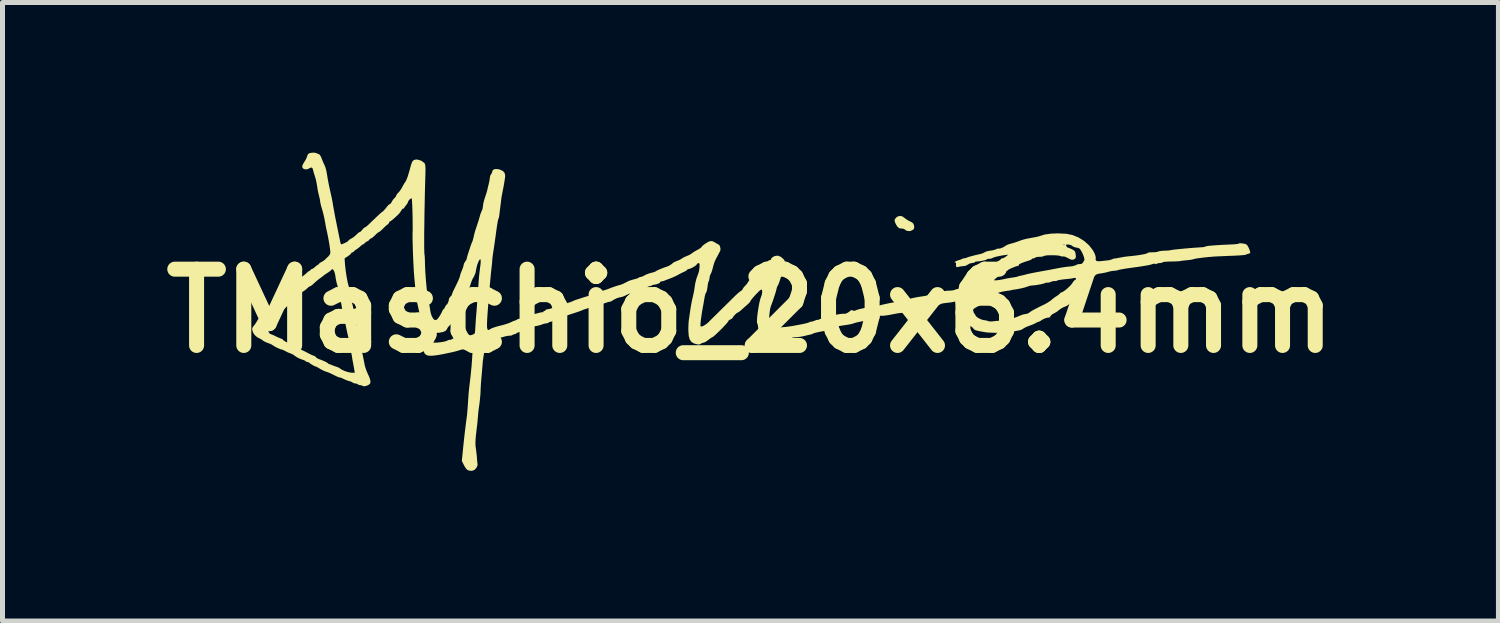
<source format=kicad_pcb>
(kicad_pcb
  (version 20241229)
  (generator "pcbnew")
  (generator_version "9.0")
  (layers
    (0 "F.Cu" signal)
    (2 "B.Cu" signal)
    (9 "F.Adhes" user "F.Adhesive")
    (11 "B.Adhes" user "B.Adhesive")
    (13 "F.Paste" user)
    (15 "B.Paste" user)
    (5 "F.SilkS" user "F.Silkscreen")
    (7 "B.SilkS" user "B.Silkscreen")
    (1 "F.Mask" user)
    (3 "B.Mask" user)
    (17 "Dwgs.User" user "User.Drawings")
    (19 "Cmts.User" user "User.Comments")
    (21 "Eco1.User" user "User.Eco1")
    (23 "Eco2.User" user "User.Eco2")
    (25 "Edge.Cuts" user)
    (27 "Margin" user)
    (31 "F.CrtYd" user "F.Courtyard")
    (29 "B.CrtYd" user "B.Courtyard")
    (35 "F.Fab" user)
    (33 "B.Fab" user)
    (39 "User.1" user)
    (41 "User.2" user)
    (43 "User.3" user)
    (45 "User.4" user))
  (footprint "TMaschio_20x6.4mm"
    (layer "F.Cu")
    (at 11.945 3.163)
    (property "Reference" "TMaschio_20x6.4mm" (at 0 0 0) (layer "F.SilkS") (effects (font (size 1.524 1.524) (thickness 0.3))))
    (attr board_only exclude_from_pos_files exclude_from_bom)
    (fp_poly (pts (xy 3.028 -1.893) (xy 3.072 -1.864) (xy 3.106 -1.837) (xy 3.155 -1.806) (xy 3.183 -1.792) (xy 3.229 -1.768) (xy 3.255 -1.744) (xy 3.267 -1.713) (xy 3.27 -1.702) (xy 3.273 -1.661) (xy 3.26 -1.633) (xy 3.245 -1.62) (xy 3.192 -1.595) (xy 3.132 -1.599) (xy 3.121 -1.603) (xy 3.09 -1.622) (xy 3.079 -1.631) (xy 3.05 -1.644) (xy 3.018 -1.646) (xy 2.974 -1.652) (xy 2.936 -1.684) (xy 2.9 -1.744) (xy 2.898 -1.749) (xy 2.882 -1.793) (xy 2.883 -1.824) (xy 2.888 -1.837) (xy 2.926 -1.879) (xy 2.975 -1.898)) (stroke (width 0) (type solid)) (fill yes) (layer "F.SilkS"))
    (fp_poly (pts (xy -8.68 -3.156) (xy -8.676 -3.154) (xy -8.639 -3.138) (xy -8.62 -3.132) (xy -8.601 -3.114) (xy -8.58 -3.076) (xy -8.569 -3.049) (xy -8.546 -2.99) (xy -8.52 -2.932) (xy -8.511 -2.915) (xy -8.492 -2.867) (xy -8.475 -2.803) (xy -8.465 -2.752) (xy -8.447 -2.641) (xy -8.421 -2.505) (xy -8.387 -2.351) (xy -8.381 -2.325) (xy -8.366 -2.257) (xy -8.351 -2.179) (xy -8.343 -2.128) (xy -8.334 -2.075) (xy -8.32 -2) (xy -8.304 -1.912) (xy -8.286 -1.82) (xy -8.279 -1.788) (xy -8.261 -1.696) (xy -8.242 -1.605) (xy -8.226 -1.524) (xy -8.213 -1.462) (xy -8.21 -1.446) (xy -8.199 -1.392) (xy -8.189 -1.352) (xy -8.182 -1.332) (xy -8.182 -1.332) (xy -8.164 -1.333) (xy -8.131 -1.346) (xy -8.091 -1.364) (xy -8.056 -1.384) (xy -8.036 -1.4) (xy -8.034 -1.404) (xy -8.021 -1.419) (xy -7.99 -1.439) (xy -7.978 -1.445) (xy -7.931 -1.474) (xy -7.884 -1.513) (xy -7.874 -1.524) (xy -7.841 -1.555) (xy -7.815 -1.574) (xy -7.807 -1.576) (xy -7.787 -1.587) (xy -7.761 -1.616) (xy -7.756 -1.622) (xy -7.73 -1.653) (xy -7.708 -1.668) (xy -7.706 -1.669) (xy -7.686 -1.679) (xy -7.653 -1.705) (xy -7.626 -1.73) (xy -7.568 -1.787) (xy -7.509 -1.842) (xy -7.455 -1.894) (xy -7.41 -1.936) (xy -7.377 -1.965) (xy -7.362 -1.977) (xy -7.361 -1.978) (xy -7.345 -1.988) (xy -7.318 -2.015) (xy -7.288 -2.05) (xy -7.261 -2.085) (xy -7.257 -2.09) (xy -7.232 -2.119) (xy -7.21 -2.132) (xy -7.209 -2.132) (xy -7.189 -2.145) (xy -7.17 -2.176) (xy -7.17 -2.177) (xy -7.144 -2.22) (xy -7.114 -2.254) (xy -7.087 -2.283) (xy -7.076 -2.308) (xy -7.076 -2.309) (xy -7.065 -2.333) (xy -7.039 -2.36) (xy -7.012 -2.389) (xy -6.98 -2.436) (xy -6.959 -2.473) (xy -6.934 -2.519) (xy -6.915 -2.552) (xy -6.905 -2.565) (xy -6.893 -2.583) (xy -6.875 -2.618) (xy -6.871 -2.627) (xy -6.859 -2.657) (xy -6.846 -2.693) (xy -6.831 -2.742) (xy -6.812 -2.808) (xy -6.788 -2.897) (xy -6.78 -2.925) (xy -6.757 -2.984) (xy -6.725 -3.016) (xy -6.679 -3.026) (xy -6.653 -3.024) (xy -6.579 -3.003) (xy -6.521 -2.961) (xy -6.516 -2.955) (xy -6.506 -2.94) (xy -6.499 -2.919) (xy -6.495 -2.887) (xy -6.493 -2.838) (xy -6.494 -2.768) (xy -6.496 -2.695) (xy -6.501 -2.517) (xy -6.506 -2.339) (xy -6.509 -2.162) (xy -6.513 -1.991) (xy -6.515 -1.828) (xy -6.517 -1.675) (xy -6.519 -1.535) (xy -6.519 -1.412) (xy -6.519 -1.307) (xy -6.518 -1.224) (xy -6.516 -1.165) (xy -6.514 -1.133) (xy -6.513 -1.128) (xy -6.51 -1.109) (xy -6.507 -1.067) (xy -6.505 -1.007) (xy -6.504 -0.965) (xy -6.501 -0.872) (xy -6.496 -0.767) (xy -6.488 -0.657) (xy -6.479 -0.546) (xy -6.468 -0.438) (xy -6.457 -0.338) (xy -6.446 -0.252) (xy -6.435 -0.184) (xy -6.425 -0.138) (xy -6.42 -0.124) (xy -6.412 -0.1) (xy -6.405 -0.058) (xy -6.403 -0.04) (xy -6.391 0.033) (xy -6.37 0.099) (xy -6.343 0.149) (xy -6.314 0.178) (xy -6.302 0.182) (xy -6.276 0.179) (xy -6.251 0.159) (xy -6.219 0.116) (xy -6.217 0.113) (xy -6.188 0.065) (xy -6.166 0.023) (xy -6.158 0.004) (xy -6.145 -0.023) (xy -6.135 -0.031) (xy -6.121 -0.044) (xy -6.104 -0.075) (xy -6.103 -0.077) (xy -6.087 -0.109) (xy -6.073 -0.124) (xy -6.073 -0.124) (xy -6.058 -0.137) (xy -6.042 -0.168) (xy -6.029 -0.205) (xy -6.026 -0.23) (xy -6.015 -0.261) (xy -5.995 -0.286) (xy -5.971 -0.313) (xy -5.964 -0.332) (xy -5.957 -0.355) (xy -5.94 -0.396) (xy -5.915 -0.446) (xy -5.913 -0.45) (xy -5.868 -0.542) (xy -5.833 -0.618) (xy -5.81 -0.676) (xy -5.801 -0.71) (xy -5.801 -0.711) (xy -5.795 -0.737) (xy -5.779 -0.78) (xy -5.766 -0.809) (xy -5.747 -0.858) (xy -5.734 -0.899) (xy -5.732 -0.915) (xy -5.723 -0.948) (xy -5.701 -0.985) (xy -5.679 -1.017) (xy -5.67 -1.041) (xy -5.67 -1.041) (xy -5.665 -1.065) (xy -5.653 -1.11) (xy -5.635 -1.168) (xy -5.614 -1.231) (xy -5.594 -1.292) (xy -5.576 -1.342) (xy -5.563 -1.373) (xy -5.562 -1.376) (xy -5.548 -1.411) (xy -5.535 -1.46) (xy -5.531 -1.48) (xy -5.52 -1.529) (xy -5.502 -1.595) (xy -5.479 -1.665) (xy -5.473 -1.684) (xy -5.449 -1.755) (xy -5.427 -1.825) (xy -5.41 -1.882) (xy -5.408 -1.893) (xy -5.392 -1.945) (xy -5.374 -1.99) (xy -5.367 -2.004) (xy -5.352 -2.043) (xy -5.345 -2.092) (xy -5.345 -2.097) (xy -5.339 -2.141) (xy -5.325 -2.201) (xy -5.306 -2.263) (xy -5.286 -2.322) (xy -5.269 -2.375) (xy -5.26 -2.409) (xy -5.26 -2.41) (xy -5.252 -2.446) (xy -5.239 -2.499) (xy -5.229 -2.539) (xy -5.217 -2.595) (xy -5.209 -2.644) (xy -5.207 -2.667) (xy -5.198 -2.707) (xy -5.184 -2.729) (xy -5.164 -2.762) (xy -5.16 -2.782) (xy -5.147 -2.816) (xy -5.111 -2.834) (xy -5.058 -2.835) (xy -5.012 -2.826) (xy -4.949 -2.798) (xy -4.913 -2.76) (xy -4.901 -2.706) (xy -4.903 -2.669) (xy -4.915 -2.591) (xy -4.931 -2.497) (xy -4.949 -2.403) (xy -4.96 -2.348) (xy -4.971 -2.289) (xy -4.98 -2.229) (xy -4.981 -2.217) (xy -4.988 -2.157) (xy -4.996 -2.097) (xy -4.996 -2.093) (xy -5.003 -2.04) (xy -5.011 -1.976) (xy -5.014 -1.949) (xy -5.02 -1.899) (xy -5.028 -1.861) (xy -5.033 -1.848) (xy -5.04 -1.831) (xy -5.048 -1.797) (xy -5.057 -1.744) (xy -5.069 -1.668) (xy -5.083 -1.567) (xy -5.09 -1.514) (xy -5.103 -1.423) (xy -5.117 -1.321) (xy -5.131 -1.226) (xy -5.136 -1.197) (xy -5.146 -1.129) (xy -5.154 -1.069) (xy -5.158 -1.026) (xy -5.159 -1.012) (xy -5.161 -0.977) (xy -5.166 -0.929) (xy -5.167 -0.919) (xy -5.175 -0.849) (xy -5.185 -0.753) (xy -5.196 -0.639) (xy -5.208 -0.512) (xy -5.22 -0.377) (xy -5.231 -0.241) (xy -5.241 -0.11) (xy -5.25 0.011) (xy -5.257 0.115) (xy -5.261 0.178) (xy -5.264 0.267) (xy -5.263 0.329) (xy -5.256 0.366) (xy -5.242 0.381) (xy -5.22 0.376) (xy -5.196 0.361) (xy -5.162 0.344) (xy -5.107 0.324) (xy -5.04 0.304) (xy -5.006 0.296) (xy -4.932 0.277) (xy -4.86 0.255) (xy -4.802 0.233) (xy -4.785 0.225) (xy -4.745 0.206) (xy -4.718 0.195) (xy -4.712 0.195) (xy -4.702 0.193) (xy -4.678 0.179) (xy -4.639 0.16) (xy -4.609 0.155) (xy -4.585 0.153) (xy -4.556 0.145) (xy -4.514 0.13) (xy -4.453 0.104) (xy -4.434 0.096) (xy -4.39 0.079) (xy -4.353 0.069) (xy -4.349 0.069) (xy -4.317 0.062) (xy -4.269 0.05) (xy -4.239 0.042) (xy -4.193 0.03) (xy -4.16 0.025) (xy -4.15 0.027) (xy -4.141 0.024) (xy -4.141 0.018) (xy -4.128 0.002) (xy -4.117 0) (xy -4.097 -0.008) (xy -4.094 -0.015) (xy -4.082 -0.029) (xy -4.068 -0.031) (xy -4.03 -0.037) (xy -3.966 -0.055) (xy -3.909 -0.074) (xy -3.884 -0.082) (xy -3.878 -0.084) (xy -3.86 -0.09) (xy -3.825 -0.102) (xy -3.824 -0.103) (xy -3.786 -0.116) (xy -3.731 -0.134) (xy -3.668 -0.154) (xy -3.662 -0.156) (xy -3.606 -0.174) (xy -3.563 -0.19) (xy -3.54 -0.2) (xy -3.538 -0.201) (xy -3.52 -0.21) (xy -3.482 -0.224) (xy -3.461 -0.23) (xy -3.412 -0.246) (xy -3.371 -0.259) (xy -3.36 -0.263) (xy -3.261 -0.294) (xy -3.218 -0.303) (xy -3.177 -0.317) (xy -3.13 -0.341) (xy -3.121 -0.347) (xy -3.07 -0.373) (xy -3.01 -0.392) (xy -2.997 -0.394) (xy -2.947 -0.406) (xy -2.882 -0.425) (xy -2.82 -0.448) (xy -2.755 -0.473) (xy -2.69 -0.495) (xy -2.642 -0.51) (xy -2.595 -0.523) (xy -2.558 -0.536) (xy -2.549 -0.54) (xy -2.497 -0.566) (xy -2.433 -0.598) (xy -2.401 -0.61) (xy -2.352 -0.625) (xy -2.321 -0.633) (xy -2.274 -0.646) (xy -2.241 -0.659) (xy -2.232 -0.666) (xy -2.211 -0.677) (xy -2.192 -0.68) (xy -2.157 -0.688) (xy -2.119 -0.709) (xy -2.08 -0.729) (xy -2.026 -0.749) (xy -1.993 -0.758) (xy -1.945 -0.771) (xy -1.911 -0.782) (xy -1.9 -0.787) (xy -1.878 -0.802) (xy -1.834 -0.823) (xy -1.776 -0.847) (xy -1.714 -0.871) (xy -1.676 -0.883) (xy -1.626 -0.903) (xy -1.582 -0.931) (xy -1.539 -0.966) (xy -1.514 -0.98) (xy -1.473 -0.997) (xy -1.46 -1.002) (xy -1.413 -1.022) (xy -1.373 -1.045) (xy -1.367 -1.049) (xy -1.333 -1.071) (xy -1.285 -1.092) (xy -1.275 -1.096) (xy -1.223 -1.118) (xy -1.177 -1.147) (xy -1.171 -1.151) (xy -1.132 -1.179) (xy -1.08 -1.209) (xy -1.058 -1.221) (xy -1.015 -1.245) (xy -0.986 -1.267) (xy -0.978 -1.277) (xy -0.959 -1.301) (xy -0.921 -1.331) (xy -0.874 -1.362) (xy -0.829 -1.386) (xy -0.802 -1.395) (xy -0.761 -1.394) (xy -0.711 -1.37) (xy -0.707 -1.367) (xy -0.67 -1.344) (xy -0.643 -1.33) (xy -0.638 -1.329) (xy -0.621 -1.315) (xy -0.607 -1.283) (xy -0.599 -1.244) (xy -0.601 -1.21) (xy -0.603 -1.204) (xy -0.623 -1.165) (xy -0.649 -1.116) (xy -0.685 -1.049) (xy -0.692 -1.035) (xy -0.717 -0.98) (xy -0.739 -0.913) (xy -0.75 -0.869) (xy -0.765 -0.812) (xy -0.782 -0.763) (xy -0.795 -0.738) (xy -0.812 -0.698) (xy -0.819 -0.654) (xy -0.823 -0.617) (xy -0.833 -0.596) (xy -0.833 -0.596) (xy -0.842 -0.577) (xy -0.851 -0.536) (xy -0.858 -0.483) (xy -0.866 -0.429) (xy -0.876 -0.387) (xy -0.885 -0.368) (xy -0.897 -0.348) (xy -0.909 -0.308) (xy -0.914 -0.283) (xy -0.923 -0.232) (xy -0.935 -0.163) (xy -0.948 -0.091) (xy -0.951 -0.077) (xy -0.968 0.023) (xy -0.982 0.115) (xy -0.993 0.195) (xy -0.998 0.257) (xy -0.999 0.296) (xy -0.997 0.305) (xy -0.98 0.312) (xy -0.947 0.302) (xy -0.905 0.278) (xy -0.86 0.244) (xy -0.836 0.222) (xy -0.811 0.197) (xy -0.768 0.154) (xy -0.712 0.099) (xy -0.648 0.036) (xy -0.593 -0.019) (xy -0.521 -0.09) (xy -0.466 -0.144) (xy -0.425 -0.184) (xy -0.394 -0.215) (xy -0.368 -0.241) (xy -0.342 -0.266) (xy -0.314 -0.294) (xy -0.289 -0.318) (xy -0.247 -0.357) (xy -0.208 -0.388) (xy -0.189 -0.4) (xy -0.163 -0.421) (xy -0.155 -0.437) (xy -0.144 -0.459) (xy -0.118 -0.49) (xy -0.107 -0.501) (xy -0.073 -0.538) (xy -0.049 -0.575) (xy -0.045 -0.582) (xy -0.021 -0.616) (xy 0.004 -0.632) (xy 0.043 -0.654) (xy 0.079 -0.685) (xy 0.103 -0.716) (xy 0.108 -0.731) (xy 0.118 -0.751) (xy 0.146 -0.785) (xy 0.185 -0.827) (xy 0.197 -0.839) (xy 0.245 -0.887) (xy 0.289 -0.934) (xy 0.322 -0.969) (xy 0.324 -0.972) (xy 0.357 -1.002) (xy 0.388 -1.018) (xy 0.393 -1.019) (xy 0.413 -1.023) (xy 0.413 -1.029) (xy 0.413 -1.046) (xy 0.436 -1.069) (xy 0.472 -1.091) (xy 0.491 -1.098) (xy 0.548 -1.105) (xy 0.604 -1.083) (xy 0.653 -1.043) (xy 0.68 -1.01) (xy 0.689 -0.979) (xy 0.685 -0.937) (xy 0.673 -0.878) (xy 0.656 -0.817) (xy 0.653 -0.811) (xy 0.637 -0.764) (xy 0.617 -0.701) (xy 0.597 -0.64) (xy 0.579 -0.583) (xy 0.561 -0.536) (xy 0.547 -0.509) (xy 0.547 -0.508) (xy 0.531 -0.478) (xy 0.521 -0.44) (xy 0.511 -0.399) (xy 0.493 -0.339) (xy 0.47 -0.268) (xy 0.446 -0.197) (xy 0.423 -0.134) (xy 0.408 -0.096) (xy 0.396 -0.054) (xy 0.386 0.008) (xy 0.378 0.08) (xy 0.372 0.153) (xy 0.371 0.217) (xy 0.375 0.261) (xy 0.376 0.265) (xy 0.388 0.294) (xy 0.411 0.314) (xy 0.447 0.327) (xy 0.501 0.332) (xy 0.577 0.33) (xy 0.678 0.322) (xy 0.726 0.317) (xy 0.784 0.309) (xy 0.855 0.298) (xy 0.93 0.284) (xy 1.005 0.27) (xy 1.073 0.256) (xy 1.127 0.243) (xy 1.162 0.233) (xy 1.172 0.228) (xy 1.189 0.218) (xy 1.205 0.216) (xy 1.237 0.211) (xy 1.28 0.196) (xy 1.288 0.193) (xy 1.323 0.18) (xy 1.343 0.178) (xy 1.344 0.179) (xy 1.354 0.18) (xy 1.364 0.173) (xy 1.391 0.161) (xy 1.434 0.15) (xy 1.445 0.149) (xy 1.528 0.134) (xy 1.585 0.115) (xy 1.602 0.105) (xy 1.626 0.095) (xy 1.67 0.084) (xy 1.725 0.073) (xy 1.782 0.063) (xy 1.832 0.057) (xy 1.866 0.055) (xy 1.874 0.057) (xy 1.898 0.056) (xy 1.934 0.041) (xy 1.972 0.017) (xy 1.993 -0.002) (xy 2.018 -0.018) (xy 2.043 -0.01) (xy 2.076 -0.001) (xy 2.098 -0.01) (xy 2.133 -0.024) (xy 2.193 -0.04) (xy 2.273 -0.057) (xy 2.366 -0.073) (xy 2.457 -0.086) (xy 2.511 -0.095) (xy 2.562 -0.105) (xy 2.572 -0.108) (xy 2.645 -0.127) (xy 2.731 -0.146) (xy 2.819 -0.164) (xy 2.898 -0.177) (xy 2.935 -0.182) (xy 2.99 -0.19) (xy 3.038 -0.202) (xy 3.056 -0.21) (xy 3.092 -0.222) (xy 3.115 -0.221) (xy 3.146 -0.222) (xy 3.156 -0.228) (xy 3.19 -0.244) (xy 3.254 -0.26) (xy 3.345 -0.278) (xy 3.445 -0.293) (xy 3.518 -0.306) (xy 3.59 -0.321) (xy 3.647 -0.338) (xy 3.654 -0.34) (xy 3.751 -0.373) (xy 3.836 -0.393) (xy 3.923 -0.403) (xy 3.963 -0.405) (xy 4.018 -0.408) (xy 4.059 -0.414) (xy 4.079 -0.42) (xy 4.08 -0.42) (xy 4.099 -0.43) (xy 4.137 -0.438) (xy 4.146 -0.439) (xy 4.194 -0.449) (xy 4.255 -0.464) (xy 4.289 -0.474) (xy 4.347 -0.498) (xy 4.39 -0.529) (xy 4.429 -0.576) (xy 4.459 -0.614) (xy 4.867 -0.614) (xy 4.881 -0.611) (xy 4.916 -0.612) (xy 4.965 -0.618) (xy 5.018 -0.626) (xy 5.052 -0.633) (xy 5.095 -0.643) (xy 5.136 -0.651) (xy 5.188 -0.66) (xy 5.258 -0.67) (xy 5.276 -0.673) (xy 5.318 -0.681) (xy 5.346 -0.69) (xy 5.379 -0.7) (xy 5.408 -0.706) (xy 5.452 -0.715) (xy 5.493 -0.726) (xy 5.533 -0.737) (xy 5.599 -0.751) (xy 5.683 -0.768) (xy 5.781 -0.786) (xy 5.879 -0.804) (xy 5.942 -0.815) (xy 6.012 -0.828) (xy 6.041 -0.834) (xy 6.171 -0.859) (xy 6.275 -0.876) (xy 6.358 -0.886) (xy 6.39 -0.888) (xy 6.445 -0.896) (xy 6.493 -0.911) (xy 6.509 -0.919) (xy 6.547 -0.935) (xy 6.578 -0.936) (xy 6.612 -0.939) (xy 6.645 -0.964) (xy 6.669 -0.999) (xy 6.674 -1.026) (xy 6.667 -1.065) (xy 6.649 -1.117) (xy 6.625 -1.171) (xy 6.599 -1.217) (xy 6.575 -1.246) (xy 6.571 -1.249) (xy 6.535 -1.262) (xy 6.497 -1.269) (xy 6.457 -1.281) (xy 6.433 -1.298) (xy 6.411 -1.312) (xy 6.376 -1.323) (xy 6.339 -1.328) (xy 6.312 -1.325) (xy 6.304 -1.318) (xy 6.312 -1.294) (xy 6.329 -1.272) (xy 6.34 -1.266) (xy 6.359 -1.26) (xy 6.395 -1.246) (xy 6.419 -1.235) (xy 6.461 -1.212) (xy 6.483 -1.189) (xy 6.495 -1.153) (xy 6.498 -1.132) (xy 6.503 -1.085) (xy 6.497 -1.058) (xy 6.481 -1.04) (xy 6.449 -1.024) (xy 6.416 -1.023) (xy 6.372 -1.041) (xy 6.341 -1.058) (xy 6.298 -1.079) (xy 6.263 -1.089) (xy 6.252 -1.088) (xy 6.221 -1.088) (xy 6.197 -1.096) (xy 6.166 -1.105) (xy 6.116 -1.11) (xy 6.054 -1.113) (xy 5.99 -1.113) (xy 5.931 -1.111) (xy 5.887 -1.105) (xy 5.866 -1.098) (xy 5.841 -1.088) (xy 5.799 -1.082) (xy 5.776 -1.082) (xy 5.731 -1.079) (xy 5.7 -1.071) (xy 5.693 -1.066) (xy 5.672 -1.053) (xy 5.654 -1.051) (xy 5.629 -1.045) (xy 5.624 -1.038) (xy 5.61 -1.026) (xy 5.577 -1.011) (xy 5.558 -1.005) (xy 5.471 -0.977) (xy 5.411 -0.954) (xy 5.375 -0.936) (xy 5.362 -0.92) (xy 5.361 -0.917) (xy 5.355 -0.9) (xy 5.35 -0.9) (xy 5.329 -0.897) (xy 5.291 -0.885) (xy 5.245 -0.867) (xy 5.199 -0.847) (xy 5.163 -0.829) (xy 5.145 -0.817) (xy 5.145 -0.815) (xy 5.133 -0.804) (xy 5.131 -0.803) (xy 5.109 -0.795) (xy 5.071 -0.772) (xy 5.023 -0.741) (xy 4.972 -0.705) (xy 4.925 -0.669) (xy 4.888 -0.639) (xy 4.868 -0.618) (xy 4.867 -0.614) (xy 4.459 -0.614) (xy 4.46 -0.615) (xy 4.485 -0.641) (xy 4.496 -0.649) (xy 4.512 -0.661) (xy 4.534 -0.69) (xy 4.536 -0.694) (xy 4.565 -0.728) (xy 4.598 -0.748) (xy 4.599 -0.749) (xy 4.632 -0.765) (xy 4.672 -0.795) (xy 4.686 -0.807) (xy 4.757 -0.869) (xy 4.848 -0.933) (xy 4.94 -0.989) (xy 4.978 -1.013) (xy 5.002 -1.032) (xy 5.006 -1.038) (xy 5.019 -1.049) (xy 5.033 -1.051) (xy 5.062 -1.06) (xy 5.1 -1.083) (xy 5.106 -1.088) (xy 5.152 -1.124) (xy 5.106 -1.119) (xy 5.039 -1.11) (xy 4.97 -1.097) (xy 4.907 -1.083) (xy 4.86 -1.069) (xy 4.836 -1.058) (xy 4.803 -1.044) (xy 4.77 -1.042) (xy 4.739 -1.04) (xy 4.728 -1.033) (xy 4.714 -1.024) (xy 4.679 -1.013) (xy 4.631 -1.002) (xy 4.58 -0.993) (xy 4.535 -0.989) (xy 4.526 -0.989) (xy 4.494 -0.984) (xy 4.481 -0.973) (xy 4.467 -0.963) (xy 4.434 -0.958) (xy 4.429 -0.958) (xy 4.378 -0.947) (xy 4.345 -0.927) (xy 4.299 -0.902) (xy 4.253 -0.895) (xy 4.206 -0.891) (xy 4.167 -0.883) (xy 4.164 -0.882) (xy 4.126 -0.874) (xy 4.107 -0.89) (xy 4.107 -0.93) (xy 4.109 -0.962) (xy 4.1 -0.968) (xy 4.094 -0.966) (xy 4.081 -0.963) (xy 4.082 -0.975) (xy 4.1 -0.991) (xy 4.137 -1.007) (xy 4.152 -1.012) (xy 4.194 -1.024) (xy 4.223 -1.036) (xy 4.227 -1.039) (xy 4.251 -1.049) (xy 4.267 -1.051) (xy 4.306 -1.058) (xy 4.322 -1.065) (xy 4.352 -1.076) (xy 4.402 -1.091) (xy 4.465 -1.108) (xy 4.532 -1.124) (xy 4.593 -1.138) (xy 4.596 -1.138) (xy 4.645 -1.154) (xy 4.681 -1.173) (xy 4.721 -1.191) (xy 4.774 -1.202) (xy 4.789 -1.204) (xy 4.844 -1.212) (xy 4.893 -1.226) (xy 4.903 -1.231) (xy 4.935 -1.244) (xy 4.954 -1.247) (xy 4.955 -1.246) (xy 4.975 -1.245) (xy 5.01 -1.255) (xy 5.051 -1.273) (xy 5.086 -1.293) (xy 5.091 -1.298) (xy 5.124 -1.317) (xy 5.134 -1.321) (xy 6.242 -1.321) (xy 6.25 -1.313) (xy 6.257 -1.321) (xy 6.273 -1.321) (xy 6.28 -1.313) (xy 6.288 -1.321) (xy 6.28 -1.329) (xy 6.273 -1.321) (xy 6.257 -1.321) (xy 6.25 -1.329) (xy 6.242 -1.321) (xy 5.134 -1.321) (xy 5.173 -1.336) (xy 5.199 -1.343) (xy 5.25 -1.357) (xy 5.293 -1.37) (xy 5.307 -1.375) (xy 5.34 -1.387) (xy 5.388 -1.404) (xy 5.415 -1.414) (xy 5.457 -1.427) (xy 5.5 -1.438) (xy 5.553 -1.449) (xy 5.622 -1.462) (xy 5.701 -1.476) (xy 5.747 -1.486) (xy 5.785 -1.498) (xy 5.786 -1.498) (xy 5.88 -1.527) (xy 5.999 -1.544) (xy 6.137 -1.55) (xy 6.291 -1.543) (xy 6.311 -1.542) (xy 6.435 -1.517) (xy 6.556 -1.468) (xy 6.668 -1.398) (xy 6.765 -1.312) (xy 6.842 -1.213) (xy 6.878 -1.145) (xy 6.894 -1.1) (xy 6.9 -1.063) (xy 6.899 -1.052) (xy 6.897 -1.017) (xy 6.919 -0.997) (xy 6.966 -0.992) (xy 7.001 -0.995) (xy 7.06 -1.002) (xy 7.117 -1.008) (xy 7.138 -1.01) (xy 7.186 -1.018) (xy 7.226 -1.032) (xy 7.226 -1.032) (xy 7.257 -1.046) (xy 7.273 -1.048) (xy 7.293 -1.049) (xy 7.334 -1.056) (xy 7.37 -1.063) (xy 7.433 -1.075) (xy 7.498 -1.085) (xy 7.524 -1.088) (xy 7.632 -1.099) (xy 7.73 -1.111) (xy 7.814 -1.124) (xy 7.88 -1.137) (xy 7.924 -1.15) (xy 7.941 -1.16) (xy 7.941 -1.161) (xy 7.955 -1.167) (xy 7.992 -1.171) (xy 8.035 -1.172) (xy 8.088 -1.174) (xy 8.129 -1.18) (xy 8.147 -1.187) (xy 8.171 -1.194) (xy 8.216 -1.201) (xy 8.272 -1.204) (xy 8.327 -1.206) (xy 8.37 -1.209) (xy 8.391 -1.214) (xy 8.391 -1.214) (xy 8.41 -1.218) (xy 8.455 -1.224) (xy 8.518 -1.231) (xy 8.596 -1.239) (xy 8.682 -1.247) (xy 8.771 -1.255) (xy 8.856 -1.262) (xy 8.933 -1.267) (xy 8.995 -1.271) (xy 9.015 -1.272) (xy 9.056 -1.276) (xy 9.082 -1.283) (xy 9.085 -1.285) (xy 9.105 -1.292) (xy 9.153 -1.3) (xy 9.227 -1.307) (xy 9.323 -1.314) (xy 9.439 -1.321) (xy 9.572 -1.327) (xy 9.63 -1.33) (xy 9.688 -1.333) (xy 9.733 -1.339) (xy 9.757 -1.345) (xy 9.758 -1.347) (xy 9.778 -1.353) (xy 9.815 -1.351) (xy 9.858 -1.345) (xy 9.897 -1.334) (xy 9.915 -1.325) (xy 9.934 -1.301) (xy 9.955 -1.262) (xy 9.973 -1.219) (xy 9.985 -1.181) (xy 9.986 -1.159) (xy 9.985 -1.157) (xy 9.961 -1.145) (xy 9.942 -1.141) (xy 9.913 -1.132) (xy 9.903 -1.125) (xy 9.885 -1.12) (xy 9.843 -1.115) (xy 9.78 -1.11) (xy 9.704 -1.106) (xy 9.671 -1.104) (xy 9.579 -1.101) (xy 9.486 -1.097) (xy 9.403 -1.093) (xy 9.339 -1.091) (xy 9.332 -1.09) (xy 9.257 -1.086) (xy 9.174 -1.079) (xy 9.089 -1.071) (xy 9.008 -1.061) (xy 8.937 -1.052) (xy 8.884 -1.043) (xy 8.854 -1.035) (xy 8.852 -1.034) (xy 8.825 -1.027) (xy 8.777 -1.019) (xy 8.719 -1.013) (xy 8.715 -1.013) (xy 8.658 -1.007) (xy 8.614 -1.002) (xy 8.592 -0.997) (xy 8.591 -0.997) (xy 8.572 -0.994) (xy 8.528 -0.991) (xy 8.468 -0.989) (xy 8.407 -0.988) (xy 8.338 -0.986) (xy 8.283 -0.982) (xy 8.246 -0.977) (xy 8.235 -0.972) (xy 8.221 -0.962) (xy 8.188 -0.958) (xy 8.184 -0.958) (xy 8.144 -0.953) (xy 8.117 -0.942) (xy 8.116 -0.941) (xy 8.097 -0.933) (xy 8.09 -0.94) (xy 8.068 -0.946) (xy 8.024 -0.933) (xy 7.991 -0.923) (xy 7.934 -0.911) (xy 7.857 -0.898) (xy 7.768 -0.884) (xy 7.674 -0.871) (xy 7.581 -0.858) (xy 7.497 -0.846) (xy 7.427 -0.834) (xy 7.378 -0.825) (xy 7.353 -0.818) (xy 7.353 -0.818) (xy 7.319 -0.808) (xy 7.273 -0.803) (xy 7.271 -0.803) (xy 7.22 -0.798) (xy 7.163 -0.785) (xy 7.15 -0.781) (xy 7.095 -0.767) (xy 7.029 -0.754) (xy 6.996 -0.749) (xy 6.95 -0.742) (xy 6.916 -0.731) (xy 6.886 -0.709) (xy 6.851 -0.672) (xy 6.83 -0.648) (xy 6.793 -0.604) (xy 6.765 -0.567) (xy 6.752 -0.545) (xy 6.752 -0.543) (xy 6.742 -0.52) (xy 6.732 -0.507) (xy 6.713 -0.481) (xy 6.689 -0.441) (xy 6.682 -0.429) (xy 6.661 -0.393) (xy 6.642 -0.373) (xy 6.638 -0.371) (xy 6.62 -0.361) (xy 6.588 -0.336) (xy 6.562 -0.313) (xy 6.513 -0.267) (xy 6.461 -0.218) (xy 6.442 -0.201) (xy 6.39 -0.153) (xy 6.351 -0.122) (xy 6.318 -0.101) (xy 6.283 -0.085) (xy 6.265 -0.079) (xy 6.214 -0.053) (xy 6.166 -0.019) (xy 6.161 -0.014) (xy 6.117 0.02) (xy 6.069 0.047) (xy 6.065 0.048) (xy 6.025 0.071) (xy 5.997 0.101) (xy 5.996 0.104) (xy 5.979 0.129) (xy 5.967 0.133) (xy 5.943 0.133) (xy 5.903 0.143) (xy 5.858 0.161) (xy 5.82 0.182) (xy 5.808 0.191) (xy 5.778 0.21) (xy 5.758 0.216) (xy 5.731 0.225) (xy 5.707 0.239) (xy 5.676 0.255) (xy 5.627 0.276) (xy 5.576 0.295) (xy 5.52 0.316) (xy 5.472 0.34) (xy 5.445 0.357) (xy 5.409 0.378) (xy 5.36 0.391) (xy 5.351 0.392) (xy 5.303 0.4) (xy 5.264 0.411) (xy 5.259 0.413) (xy 5.223 0.424) (xy 5.179 0.43) (xy 5.137 0.435) (xy 5.108 0.447) (xy 5.108 0.447) (xy 5.085 0.455) (xy 5.077 0.452) (xy 5.057 0.447) (xy 5.014 0.442) (xy 4.954 0.439) (xy 4.908 0.437) (xy 4.823 0.435) (xy 4.758 0.432) (xy 4.703 0.427) (xy 4.647 0.418) (xy 4.58 0.405) (xy 4.562 0.402) (xy 4.498 0.385) (xy 4.463 0.365) (xy 4.458 0.357) (xy 4.44 0.333) (xy 4.405 0.308) (xy 4.397 0.303) (xy 4.356 0.272) (xy 4.327 0.234) (xy 4.325 0.229) (xy 4.3 0.187) (xy 4.272 0.157) (xy 4.235 0.109) (xy 4.21 0.034) (xy 4.198 -0.067) (xy 4.198 -0.08) (xy 4.447 -0.08) (xy 4.449 -0.012) (xy 4.461 0.031) (xy 4.468 0.042) (xy 4.491 0.076) (xy 4.501 0.096) (xy 4.521 0.12) (xy 4.562 0.146) (xy 4.611 0.169) (xy 4.659 0.183) (xy 4.68 0.186) (xy 4.72 0.192) (xy 4.743 0.201) (xy 4.772 0.209) (xy 4.817 0.21) (xy 4.838 0.208) (xy 4.9 0.201) (xy 4.968 0.195) (xy 4.985 0.193) (xy 5.132 0.174) (xy 5.265 0.141) (xy 5.356 0.106) (xy 5.412 0.083) (xy 5.464 0.067) (xy 5.496 0.062) (xy 5.54 0.052) (xy 5.571 0.034) (xy 5.603 0.01) (xy 5.648 -0.017) (xy 5.67 -0.029) (xy 5.716 -0.052) (xy 5.752 -0.071) (xy 5.763 -0.077) (xy 5.789 -0.09) (xy 5.832 -0.111) (xy 5.872 -0.129) (xy 5.931 -0.162) (xy 5.99 -0.2) (xy 6.017 -0.222) (xy 6.06 -0.258) (xy 6.102 -0.287) (xy 6.117 -0.296) (xy 6.154 -0.321) (xy 6.177 -0.344) (xy 6.201 -0.366) (xy 6.216 -0.371) (xy 6.243 -0.383) (xy 6.284 -0.41) (xy 6.332 -0.449) (xy 6.378 -0.492) (xy 6.415 -0.533) (xy 6.435 -0.561) (xy 6.458 -0.596) (xy 6.48 -0.616) (xy 6.485 -0.618) (xy 6.502 -0.631) (xy 6.505 -0.642) (xy 6.498 -0.658) (xy 6.475 -0.66) (xy 6.454 -0.656) (xy 6.402 -0.646) (xy 6.358 -0.641) (xy 6.275 -0.633) (xy 6.205 -0.624) (xy 6.153 -0.615) (xy 6.125 -0.606) (xy 6.121 -0.603) (xy 6.105 -0.596) (xy 6.089 -0.598) (xy 6.057 -0.597) (xy 6.014 -0.585) (xy 6.003 -0.581) (xy 5.963 -0.567) (xy 5.936 -0.564) (xy 5.932 -0.565) (xy 5.909 -0.565) (xy 5.888 -0.557) (xy 5.855 -0.546) (xy 5.803 -0.533) (xy 5.741 -0.522) (xy 5.681 -0.513) (xy 5.633 -0.509) (xy 5.627 -0.509) (xy 5.588 -0.504) (xy 5.543 -0.489) (xy 5.54 -0.488) (xy 5.482 -0.469) (xy 5.406 -0.45) (xy 5.322 -0.434) (xy 5.268 -0.426) (xy 5.233 -0.421) (xy 5.215 -0.417) (xy 5.214 -0.417) (xy 5.2 -0.412) (xy 5.164 -0.406) (xy 5.112 -0.399) (xy 5.091 -0.396) (xy 5.035 -0.386) (xy 4.975 -0.37) (xy 4.962 -0.366) (xy 4.916 -0.353) (xy 4.881 -0.349) (xy 4.873 -0.351) (xy 4.843 -0.349) (xy 4.83 -0.341) (xy 4.805 -0.328) (xy 4.795 -0.327) (xy 4.773 -0.325) (xy 4.735 -0.316) (xy 4.728 -0.313) (xy 4.677 -0.3) (xy 4.618 -0.289) (xy 4.6 -0.286) (xy 4.532 -0.266) (xy 4.485 -0.225) (xy 4.457 -0.162) (xy 4.447 -0.08) (xy 4.198 -0.08) (xy 4.198 -0.084) (xy 4.193 -0.148) (xy 4.179 -0.185) (xy 4.154 -0.199) (xy 4.112 -0.194) (xy 4.09 -0.188) (xy 4.049 -0.179) (xy 3.99 -0.169) (xy 3.933 -0.163) (xy 3.877 -0.156) (xy 3.832 -0.148) (xy 3.809 -0.141) (xy 3.809 -0.141) (xy 3.774 -0.124) (xy 3.719 -0.109) (xy 3.658 -0.097) (xy 3.602 -0.093) (xy 3.601 -0.093) (xy 3.554 -0.09) (xy 3.516 -0.082) (xy 3.51 -0.079) (xy 3.48 -0.069) (xy 3.433 -0.061) (xy 3.407 -0.057) (xy 3.354 -0.048) (xy 3.286 -0.032) (xy 3.216 -0.011) (xy 3.206 -0.007) (xy 3.14 0.013) (xy 3.076 0.03) (xy 3.028 0.038) (xy 3.02 0.039) (xy 2.97 0.044) (xy 2.925 0.05) (xy 2.92 0.052) (xy 2.816 0.072) (xy 2.727 0.088) (xy 2.657 0.096) (xy 2.611 0.097) (xy 2.603 0.096) (xy 2.567 0.097) (xy 2.55 0.107) (xy 2.53 0.12) (xy 2.487 0.137) (xy 2.427 0.157) (xy 2.358 0.177) (xy 2.286 0.195) (xy 2.218 0.21) (xy 2.186 0.216) (xy 2.13 0.228) (xy 2.079 0.242) (xy 2.063 0.248) (xy 2.015 0.262) (xy 1.961 0.273) (xy 1.954 0.274) (xy 1.912 0.28) (xy 1.853 0.289) (xy 1.786 0.3) (xy 1.721 0.311) (xy 1.665 0.321) (xy 1.63 0.328) (xy 1.626 0.329) (xy 1.601 0.345) (xy 1.588 0.359) (xy 1.561 0.375) (xy 1.507 0.392) (xy 1.43 0.409) (xy 1.421 0.41) (xy 1.356 0.423) (xy 1.303 0.435) (xy 1.267 0.445) (xy 1.259 0.449) (xy 1.232 0.462) (xy 1.205 0.47) (xy 1.169 0.478) (xy 1.117 0.49) (xy 1.074 0.501) (xy 1.009 0.514) (xy 0.943 0.523) (xy 0.909 0.525) (xy 0.864 0.528) (xy 0.833 0.536) (xy 0.827 0.541) (xy 0.805 0.553) (xy 0.78 0.556) (xy 0.748 0.562) (xy 0.734 0.572) (xy 0.715 0.581) (xy 0.71 0.579) (xy 0.696 0.582) (xy 0.695 0.588) (xy 0.681 0.596) (xy 0.646 0.6) (xy 0.597 0.6) (xy 0.543 0.597) (xy 0.493 0.591) (xy 0.457 0.583) (xy 0.447 0.578) (xy 0.414 0.565) (xy 0.388 0.56) (xy 0.313 0.536) (xy 0.246 0.49) (xy 0.192 0.428) (xy 0.159 0.359) (xy 0.152 0.319) (xy 0.147 0.28) (xy 0.139 0.255) (xy 0.137 0.253) (xy 0.13 0.233) (xy 0.13 0.189) (xy 0.134 0.127) (xy 0.142 0.053) (xy 0.154 -0.027) (xy 0.167 -0.107) (xy 0.182 -0.181) (xy 0.198 -0.243) (xy 0.213 -0.286) (xy 0.216 -0.293) (xy 0.228 -0.327) (xy 0.234 -0.369) (xy 0.233 -0.406) (xy 0.226 -0.426) (xy 0.224 -0.427) (xy 0.204 -0.421) (xy 0.175 -0.398) (xy 0.167 -0.39) (xy 0.096 -0.317) (xy 0.044 -0.258) (xy 0.011 -0.217) (xy -0.000349 -0.195) (xy -0.00035 -0.195) (xy -0.011 -0.176) (xy -0.04 -0.146) (xy -0.064 -0.124) (xy -0.114 -0.081) (xy -0.165 -0.035) (xy -0.182 -0.019) (xy -0.217 0.01) (xy -0.244 0.028) (xy -0.252 0.031) (xy -0.272 0.042) (xy -0.301 0.067) (xy -0.331 0.099) (xy -0.351 0.126) (xy -0.355 0.137) (xy -0.368 0.152) (xy -0.399 0.169) (xy -0.402 0.17) (xy -0.431 0.186) (xy -0.441 0.2) (xy -0.44 0.201) (xy -0.448 0.216) (xy -0.473 0.247) (xy -0.512 0.29) (xy -0.559 0.339) (xy -0.61 0.391) (xy -0.661 0.44) (xy -0.706 0.482) (xy -0.741 0.512) (xy -0.761 0.525) (xy -0.763 0.525) (xy -0.781 0.534) (xy -0.814 0.558) (xy -0.841 0.579) (xy -0.884 0.61) (xy -0.921 0.629) (xy -0.938 0.633) (xy -0.973 0.644) (xy -0.988 0.655) (xy -1.019 0.67) (xy -1.055 0.669) (xy -1.126 0.651) (xy -1.178 0.62) (xy -1.213 0.571) (xy -1.233 0.5) (xy -1.24 0.405) (xy -1.241 0.381) (xy -1.24 0.311) (xy -1.237 0.246) (xy -1.233 0.197) (xy -1.232 0.185) (xy -1.225 0.144) (xy -1.217 0.084) (xy -1.207 0.016) (xy -1.205 0) (xy -1.192 -0.083) (xy -1.175 -0.176) (xy -1.157 -0.26) (xy -1.156 -0.263) (xy -1.14 -0.331) (xy -1.127 -0.397) (xy -1.119 -0.447) (xy -1.118 -0.456) (xy -1.102 -0.556) (xy -1.078 -0.651) (xy -1.051 -0.723) (xy -1.031 -0.781) (xy -1.019 -0.853) (xy -1.016 -0.923) (xy -1.018 -0.939) (xy -1.03 -0.956) (xy -1.051 -0.954) (xy -1.07 -0.936) (xy -1.073 -0.929) (xy -1.091 -0.909) (xy -1.128 -0.884) (xy -1.174 -0.859) (xy -1.218 -0.841) (xy -1.25 -0.834) (xy -1.266 -0.824) (xy -1.267 -0.821) (xy -1.28 -0.806) (xy -1.311 -0.789) (xy -1.317 -0.787) (xy -1.361 -0.766) (xy -1.415 -0.739) (xy -1.437 -0.726) (xy -1.495 -0.696) (xy -1.557 -0.668) (xy -1.576 -0.66) (xy -1.629 -0.64) (xy -1.679 -0.621) (xy -1.692 -0.616) (xy -1.732 -0.6) (xy -1.757 -0.593) (xy -1.78 -0.59) (xy -1.787 -0.589) (xy -1.804 -0.583) (xy -1.802 -0.577) (xy -1.807 -0.565) (xy -1.832 -0.55) (xy -1.868 -0.536) (xy -1.905 -0.527) (xy -1.922 -0.525) (xy -1.958 -0.517) (xy -1.975 -0.507) (xy -1.99 -0.496) (xy -1.993 -0.498) (xy -1.999 -0.5) (xy -2.019 -0.495) (xy -2.056 -0.48) (xy -2.114 -0.455) (xy -2.196 -0.419) (xy -2.204 -0.416) (xy -2.262 -0.394) (xy -2.325 -0.375) (xy -2.338 -0.372) (xy -2.395 -0.354) (xy -2.458 -0.328) (xy -2.481 -0.317) (xy -2.527 -0.295) (xy -2.565 -0.281) (xy -2.579 -0.278) (xy -2.621 -0.27) (xy -2.675 -0.252) (xy -2.725 -0.228) (xy -2.752 -0.211) (xy -2.783 -0.191) (xy -2.804 -0.185) (xy -2.835 -0.18) (xy -2.861 -0.172) (xy -2.898 -0.159) (xy -2.948 -0.143) (xy -2.966 -0.138) (xy -3.011 -0.124) (xy -3.043 -0.11) (xy -3.051 -0.105) (xy -3.074 -0.098) (xy -3.115 -0.093) (xy -3.132 -0.093) (xy -3.172 -0.09) (xy -3.196 -0.083) (xy -3.198 -0.079) (xy -3.212 -0.068) (xy -3.246 -0.054) (xy -3.272 -0.046) (xy -3.318 -0.032) (xy -3.352 -0.019) (xy -3.36 -0.015) (xy -3.381 -0.006) (xy -3.424 0.01) (xy -3.483 0.03) (xy -3.538 0.048) (xy -3.604 0.069) (xy -3.659 0.088) (xy -3.696 0.101) (xy -3.708 0.107) (xy -3.734 0.125) (xy -3.776 0.141) (xy -3.82 0.153) (xy -3.839 0.155) (xy -3.872 0.16) (xy -3.886 0.17) (xy -3.907 0.183) (xy -3.925 0.185) (xy -3.95 0.192) (xy -3.955 0.201) (xy -3.968 0.212) (xy -3.994 0.216) (xy -4.023 0.222) (xy -4.032 0.232) (xy -4.046 0.243) (xy -4.072 0.247) (xy -4.112 0.253) (xy -4.16 0.268) (xy -4.168 0.272) (xy -4.222 0.289) (xy -4.283 0.302) (xy -4.295 0.304) (xy -4.349 0.314) (xy -4.398 0.331) (xy -4.435 0.35) (xy -4.45 0.368) (xy -4.45 0.369) (xy -4.464 0.378) (xy -4.5 0.391) (xy -4.553 0.406) (xy -4.566 0.409) (xy -4.62 0.423) (xy -4.661 0.437) (xy -4.681 0.448) (xy -4.681 0.45) (xy -4.694 0.461) (xy -4.711 0.464) (xy -4.741 0.471) (xy -4.751 0.479) (xy -4.772 0.49) (xy -4.808 0.494) (xy -4.809 0.494) (xy -4.861 0.499) (xy -4.904 0.509) (xy -4.95 0.522) (xy -5.005 0.537) (xy -5.021 0.541) (xy -5.069 0.555) (xy -5.105 0.569) (xy -5.114 0.573) (xy -5.141 0.587) (xy -5.184 0.609) (xy -5.215 0.624) (xy -5.293 0.66) (xy -5.32 0.821) (xy -5.331 0.891) (xy -5.34 0.952) (xy -5.347 0.996) (xy -5.348 1.012) (xy -5.35 1.038) (xy -5.354 1.088) (xy -5.36 1.157) (xy -5.367 1.238) (xy -5.371 1.286) (xy -5.379 1.373) (xy -5.385 1.452) (xy -5.389 1.516) (xy -5.391 1.56) (xy -5.392 1.572) (xy -5.393 1.622) (xy -5.398 1.694) (xy -5.406 1.776) (xy -5.416 1.862) (xy -5.427 1.939) (xy -5.428 1.947) (xy -5.434 1.99) (xy -5.44 2.05) (xy -5.446 2.116) (xy -5.446 2.117) (xy -5.452 2.192) (xy -5.461 2.279) (xy -5.471 2.36) (xy -5.471 2.364) (xy -5.484 2.475) (xy -5.492 2.562) (xy -5.495 2.632) (xy -5.494 2.691) (xy -5.487 2.747) (xy -5.485 2.758) (xy -5.476 2.828) (xy -5.467 2.906) (xy -5.464 2.951) (xy -5.46 3.005) (xy -5.455 3.047) (xy -5.452 3.067) (xy -5.456 3.09) (xy -5.471 3.125) (xy -5.473 3.131) (xy -5.513 3.176) (xy -5.566 3.196) (xy -5.628 3.189) (xy -5.651 3.179) (xy -5.676 3.157) (xy -5.706 3.116) (xy -5.726 3.079) (xy -5.767 2.996) (xy -5.748 2.808) (xy -5.74 2.73) (xy -5.733 2.659) (xy -5.727 2.604) (xy -5.724 2.572) (xy -5.714 2.482) (xy -5.702 2.383) (xy -5.69 2.285) (xy -5.679 2.197) (xy -5.67 2.132) (xy -5.662 2.069) (xy -5.655 1.989) (xy -5.649 1.908) (xy -5.647 1.885) (xy -5.64 1.771) (xy -5.633 1.671) (xy -5.624 1.573) (xy -5.612 1.466) (xy -5.6 1.367) (xy -5.59 1.283) (xy -5.581 1.191) (xy -5.572 1.095) (xy -5.565 1.002) (xy -5.559 0.915) (xy -5.555 0.841) (xy -5.553 0.785) (xy -5.553 0.751) (xy -5.555 0.743) (xy -5.573 0.742) (xy -5.613 0.746) (xy -5.665 0.753) (xy -5.721 0.763) (xy -5.773 0.773) (xy -5.811 0.783) (xy -5.823 0.788) (xy -5.849 0.796) (xy -5.896 0.809) (xy -5.958 0.824) (xy -5.995 0.832) (xy -6.133 0.861) (xy -6.244 0.881) (xy -6.332 0.893) (xy -6.399 0.896) (xy -6.449 0.89) (xy -6.485 0.874) (xy -6.51 0.849) (xy -6.528 0.814) (xy -6.534 0.793) (xy -6.538 0.747) (xy -6.526 0.707) (xy -6.503 0.682) (xy -6.49 0.679) (xy -6.459 0.67) (xy -6.435 0.655) (xy -6.396 0.64) (xy -6.338 0.634) (xy -6.327 0.634) (xy -6.256 0.632) (xy -6.183 0.624) (xy -6.118 0.613) (xy -6.07 0.599) (xy -6.05 0.588) (xy -6.019 0.576) (xy -6.003 0.577) (xy -5.983 0.578) (xy -5.979 0.573) (xy -5.964 0.561) (xy -5.923 0.548) (xy -5.859 0.536) (xy -5.825 0.531) (xy -5.772 0.523) (xy -5.715 0.511) (xy -5.709 0.509) (xy -5.659 0.498) (xy -5.614 0.49) (xy -5.608 0.489) (xy -5.558 0.477) (xy -5.521 0.459) (xy -5.505 0.44) (xy -5.504 0.419) (xy -5.5 0.375) (xy -5.496 0.313) (xy -5.493 0.263) (xy -5.488 0.187) (xy -5.483 0.117) (xy -5.478 0.061) (xy -5.476 0.039) (xy -5.473 -0.000383) (xy -5.468 -0.064) (xy -5.462 -0.145) (xy -5.455 -0.239) (xy -5.448 -0.337) (xy -5.441 -0.435) (xy -5.435 -0.525) (xy -5.43 -0.602) (xy -5.429 -0.61) (xy -5.424 -0.678) (xy -5.415 -0.761) (xy -5.405 -0.843) (xy -5.403 -0.86) (xy -5.392 -0.946) (xy -5.39 -1.004) (xy -5.395 -1.032) (xy -5.407 -1.031) (xy -5.427 -1.001) (xy -5.436 -0.983) (xy -5.459 -0.923) (xy -5.475 -0.859) (xy -5.479 -0.838) (xy -5.495 -0.756) (xy -5.526 -0.683) (xy -5.547 -0.649) (xy -5.566 -0.611) (xy -5.585 -0.558) (xy -5.593 -0.533) (xy -5.611 -0.474) (xy -5.636 -0.406) (xy -5.665 -0.336) (xy -5.695 -0.27) (xy -5.723 -0.214) (xy -5.748 -0.174) (xy -5.765 -0.155) (xy -5.767 -0.155) (xy -5.777 -0.142) (xy -5.778 -0.129) (xy -5.788 -0.097) (xy -5.802 -0.076) (xy -5.823 -0.041) (xy -5.834 -0.006) (xy -5.858 0.059) (xy -5.905 0.133) (xy -5.94 0.176) (xy -5.966 0.211) (xy -5.979 0.24) (xy -5.979 0.244) (xy -5.99 0.268) (xy -6.016 0.295) (xy -6.046 0.328) (xy -6.062 0.359) (xy -6.086 0.394) (xy -6.137 0.419) (xy -6.217 0.435) (xy -6.241 0.437) (xy -6.333 0.437) (xy -6.4 0.419) (xy -6.443 0.384) (xy -6.443 0.384) (xy -6.472 0.346) (xy -6.5 0.317) (xy -6.529 0.277) (xy -6.545 0.239) (xy -6.56 0.194) (xy -6.576 0.162) (xy -6.588 0.132) (xy -6.604 0.082) (xy -6.619 0.022) (xy -6.62 0.015) (xy -6.633 -0.045) (xy -6.644 -0.096) (xy -6.652 -0.129) (xy -6.652 -0.131) (xy -6.667 -0.208) (xy -6.68 -0.292) (xy -6.691 -0.391) (xy -6.698 -0.471) (xy -6.704 -0.534) (xy -6.71 -0.596) (xy -6.713 -0.626) (xy -6.719 -0.697) (xy -6.726 -0.791) (xy -6.732 -0.901) (xy -6.738 -1.021) (xy -6.743 -1.144) (xy -6.747 -1.264) (xy -6.75 -1.374) (xy -6.752 -1.469) (xy -6.751 -1.541) (xy -6.751 -1.56) (xy -6.749 -1.621) (xy -6.749 -1.698) (xy -6.75 -1.785) (xy -6.751 -1.878) (xy -6.753 -1.97) (xy -6.756 -2.058) (xy -6.759 -2.134) (xy -6.762 -2.195) (xy -6.766 -2.235) (xy -6.769 -2.249) (xy -6.788 -2.245) (xy -6.813 -2.225) (xy -6.835 -2.197) (xy -6.844 -2.172) (xy -6.854 -2.15) (xy -6.877 -2.118) (xy -6.883 -2.11) (xy -6.908 -2.078) (xy -6.921 -2.054) (xy -6.922 -2.052) (xy -6.931 -2.044) (xy -6.936 -2.047) (xy -6.952 -2.041) (xy -6.973 -2.014) (xy -6.977 -2.005) (xy -7.008 -1.959) (xy -7.046 -1.917) (xy -7.047 -1.916) (xy -7.089 -1.878) (xy -7.133 -1.838) (xy -7.137 -1.835) (xy -7.17 -1.808) (xy -7.195 -1.793) (xy -7.199 -1.792) (xy -7.214 -1.779) (xy -7.223 -1.761) (xy -7.236 -1.736) (xy -7.246 -1.73) (xy -7.262 -1.72) (xy -7.293 -1.693) (xy -7.332 -1.655) (xy -7.333 -1.653) (xy -7.373 -1.615) (xy -7.406 -1.587) (xy -7.424 -1.576) (xy -7.424 -1.576) (xy -7.443 -1.566) (xy -7.475 -1.539) (xy -7.499 -1.514) (xy -7.535 -1.48) (xy -7.564 -1.457) (xy -7.576 -1.452) (xy -7.599 -1.441) (xy -7.617 -1.421) (xy -7.64 -1.398) (xy -7.657 -1.391) (xy -7.679 -1.38) (xy -7.702 -1.36) (xy -7.727 -1.337) (xy -7.744 -1.329) (xy -7.763 -1.319) (xy -7.792 -1.294) (xy -7.795 -1.291) (xy -7.837 -1.255) (xy -7.879 -1.226) (xy -7.91 -1.205) (xy -7.926 -1.188) (xy -7.926 -1.186) (xy -7.938 -1.175) (xy -7.947 -1.174) (xy -7.971 -1.162) (xy -7.978 -1.152) (xy -7.995 -1.13) (xy -8.03 -1.103) (xy -8.048 -1.09) (xy -8.109 -1.052) (xy -8.104 -0.962) (xy -8.097 -0.891) (xy -8.088 -0.81) (xy -8.076 -0.724) (xy -8.062 -0.644) (xy -8.049 -0.576) (xy -8.037 -0.528) (xy -8.034 -0.518) (xy -8.022 -0.477) (xy -8.01 -0.42) (xy -8.003 -0.371) (xy -7.992 -0.295) (xy -7.982 -0.237) (xy -7.97 -0.187) (xy -7.958 -0.148) (xy -7.948 -0.111) (xy -7.936 -0.054) (xy -7.922 0.013) (xy -7.918 0.039) (xy -7.893 0.168) (xy -7.874 0.269) (xy -7.859 0.343) (xy -7.848 0.392) (xy -7.841 0.417) (xy -7.839 0.42) (xy -7.832 0.444) (xy -7.825 0.482) (xy -7.825 0.483) (xy -7.812 0.587) (xy -7.797 0.67) (xy -7.78 0.745) (xy -7.777 0.757) (xy -7.762 0.815) (xy -7.748 0.877) (xy -7.733 0.952) (xy -7.714 1.047) (xy -7.709 1.079) (xy -7.692 1.14) (xy -7.667 1.209) (xy -7.649 1.249) (xy -7.612 1.331) (xy -7.594 1.393) (xy -7.594 1.436) (xy -7.608 1.461) (xy -7.642 1.484) (xy -7.685 1.5) (xy -7.724 1.506) (xy -7.747 1.499) (xy -7.774 1.486) (xy -7.797 1.483) (xy -7.828 1.477) (xy -7.841 1.468) (xy -7.862 1.455) (xy -7.885 1.452) (xy -7.926 1.443) (xy -7.95 1.43) (xy -7.982 1.412) (xy -8.001 1.406) (xy -8.029 1.4) (xy -8.074 1.383) (xy -8.125 1.361) (xy -8.161 1.343) (xy -8.195 1.331) (xy -8.21 1.329) (xy -8.234 1.322) (xy -8.276 1.304) (xy -8.328 1.278) (xy -8.33 1.277) (xy -8.387 1.249) (xy -8.44 1.226) (xy -8.477 1.214) (xy -8.518 1.199) (xy -8.57 1.174) (xy -8.597 1.158) (xy -8.639 1.133) (xy -8.671 1.116) (xy -8.683 1.112) (xy -8.705 1.105) (xy -8.741 1.086) (xy -8.779 1.063) (xy -8.809 1.042) (xy -8.819 1.032) (xy -8.837 1.022) (xy -8.854 1.02) (xy -8.879 1.014) (xy -8.884 1.007) (xy -8.897 0.996) (xy -8.932 0.98) (xy -8.969 0.968) (xy -9.024 0.946) (xy -9.073 0.919) (xy -9.094 0.904) (xy -9.137 0.873) (xy -9.188 0.849) (xy -9.19 0.849) (xy -9.244 0.828) (xy -9.294 0.802) (xy -9.295 0.802) (xy -9.332 0.782) (xy -9.359 0.773) (xy -9.361 0.773) (xy -9.387 0.766) (xy -9.43 0.748) (xy -9.477 0.726) (xy -9.519 0.703) (xy -9.544 0.686) (xy -9.569 0.67) (xy -9.612 0.651) (xy -9.638 0.642) (xy -9.689 0.622) (xy -9.731 0.599) (xy -9.744 0.589) (xy -9.78 0.563) (xy -9.807 0.55) (xy -9.86 0.522) (xy -9.907 0.48) (xy -9.937 0.434) (xy -9.947 0.404) (xy -9.634 0.404) (xy -9.624 0.427) (xy -9.604 0.454) (xy -9.588 0.464) (xy -9.566 0.47) (xy -9.526 0.487) (xy -9.479 0.51) (xy -9.428 0.533) (xy -9.388 0.55) (xy -9.367 0.556) (xy -9.349 0.566) (xy -9.347 0.571) (xy -9.334 0.585) (xy -9.3 0.607) (xy -9.251 0.634) (xy -9.235 0.641) (xy -9.177 0.67) (xy -9.125 0.697) (xy -9.088 0.716) (xy -9.085 0.718) (xy -9.048 0.738) (xy -8.998 0.763) (xy -8.969 0.778) (xy -8.906 0.808) (xy -8.84 0.843) (xy -8.816 0.855) (xy -8.77 0.878) (xy -8.733 0.893) (xy -8.719 0.896) (xy -8.695 0.909) (xy -8.689 0.918) (xy -8.67 0.938) (xy -8.634 0.957) (xy -8.632 0.958) (xy -8.545 0.991) (xy -8.487 1.017) (xy -8.455 1.036) (xy -8.448 1.042) (xy -8.429 1.058) (xy -8.425 1.059) (xy -8.404 1.066) (xy -8.367 1.08) (xy -8.359 1.084) (xy -8.31 1.103) (xy -8.266 1.117) (xy -8.263 1.118) (xy -8.223 1.134) (xy -8.199 1.151) (xy -8.161 1.176) (xy -8.105 1.201) (xy -8.041 1.222) (xy -7.982 1.233) (xy -7.967 1.234) (xy -7.907 1.236) (xy -7.915 1.178) (xy -7.924 1.128) (xy -7.935 1.067) (xy -7.941 1.035) (xy -7.953 0.974) (xy -7.962 0.913) (xy -7.966 0.888) (xy -7.977 0.83) (xy -7.995 0.772) (xy -7.997 0.767) (xy -8.009 0.722) (xy -8.012 0.685) (xy -8.011 0.679) (xy -8.009 0.647) (xy -8.016 0.601) (xy -8.02 0.584) (xy -8.037 0.518) (xy -8.057 0.432) (xy -8.077 0.338) (xy -8.095 0.247) (xy -8.108 0.187) (xy -8.124 0.127) (xy -8.127 0.116) (xy -8.14 0.063) (xy -8.152 -0.001) (xy -8.157 -0.031) (xy -8.17 -0.11) (xy -8.186 -0.2) (xy -8.204 -0.294) (xy -8.223 -0.383) (xy -8.24 -0.459) (xy -8.255 -0.516) (xy -8.259 -0.527) (xy -8.275 -0.589) (xy -8.288 -0.656) (xy -8.29 -0.673) (xy -8.301 -0.741) (xy -8.318 -0.794) (xy -8.339 -0.827) (xy -8.355 -0.834) (xy -8.373 -0.826) (xy -8.374 -0.822) (xy -8.386 -0.808) (xy -8.417 -0.784) (xy -8.446 -0.764) (xy -8.49 -0.736) (xy -8.523 -0.712) (xy -8.535 -0.702) (xy -8.558 -0.684) (xy -8.594 -0.657) (xy -8.606 -0.649) (xy -8.65 -0.615) (xy -8.699 -0.572) (xy -8.72 -0.553) (xy -8.756 -0.52) (xy -8.786 -0.499) (xy -8.798 -0.494) (xy -8.82 -0.484) (xy -8.85 -0.458) (xy -8.854 -0.454) (xy -8.893 -0.42) (xy -8.933 -0.393) (xy -8.961 -0.373) (xy -9.004 -0.337) (xy -9.055 -0.291) (xy -9.088 -0.259) (xy -9.144 -0.204) (xy -9.199 -0.15) (xy -9.246 -0.105) (xy -9.263 -0.089) (xy -9.305 -0.048) (xy -9.342 -0.011) (xy -9.356 0.004) (xy -9.389 0.038) (xy -9.413 0.062) (xy -9.476 0.124) (xy -9.525 0.178) (xy -9.555 0.221) (xy -9.564 0.247) (xy -9.569 0.272) (xy -9.577 0.278) (xy -9.592 0.291) (xy -9.612 0.322) (xy -9.618 0.334) (xy -9.634 0.375) (xy -9.634 0.404) (xy -9.947 0.404) (xy -9.954 0.383) (xy -9.955 0.347) (xy -9.939 0.315) (xy -9.925 0.299) (xy -9.892 0.256) (xy -9.86 0.204) (xy -9.854 0.193) (xy -9.828 0.154) (xy -9.787 0.102) (xy -9.738 0.048) (xy -9.72 0.029) (xy -9.664 -0.028) (xy -9.608 -0.087) (xy -9.561 -0.138) (xy -9.551 -0.149) (xy -9.514 -0.191) (xy -9.487 -0.22) (xy -9.463 -0.246) (xy -9.434 -0.276) (xy -9.393 -0.318) (xy -9.382 -0.328) (xy -9.342 -0.366) (xy -9.309 -0.392) (xy -9.291 -0.402) (xy -9.27 -0.41) (xy -9.267 -0.413) (xy -9.254 -0.427) (xy -9.223 -0.457) (xy -9.178 -0.497) (xy -9.124 -0.544) (xy -9.068 -0.592) (xy -9.015 -0.637) (xy -8.968 -0.676) (xy -8.944 -0.695) (xy -8.901 -0.73) (xy -8.861 -0.765) (xy -8.857 -0.769) (xy -8.828 -0.793) (xy -8.806 -0.803) (xy -8.806 -0.803) (xy -8.792 -0.815) (xy -8.791 -0.819) (xy -8.779 -0.833) (xy -8.77 -0.834) (xy -8.746 -0.844) (xy -8.712 -0.869) (xy -8.698 -0.881) (xy -8.665 -0.909) (xy -8.64 -0.925) (xy -8.635 -0.927) (xy -8.621 -0.938) (xy -8.621 -0.941) (xy -8.609 -0.956) (xy -8.578 -0.975) (xy -8.571 -0.978) (xy -8.529 -1.003) (xy -8.497 -1.029) (xy -8.496 -1.03) (xy -8.464 -1.063) (xy -8.438 -1.085) (xy -8.409 -1.121) (xy -8.395 -1.153) (xy -8.395 -1.181) (xy -8.4 -1.234) (xy -8.41 -1.306) (xy -8.424 -1.391) (xy -8.441 -1.482) (xy -8.46 -1.575) (xy -8.476 -1.645) (xy -8.482 -1.674) (xy -8.491 -1.725) (xy -8.502 -1.787) (xy -8.506 -1.808) (xy -8.521 -1.884) (xy -8.54 -1.962) (xy -8.558 -2.027) (xy -8.56 -2.034) (xy -8.578 -2.093) (xy -8.591 -2.149) (xy -8.597 -2.18) (xy -8.604 -2.23) (xy -8.617 -2.287) (xy -8.62 -2.299) (xy -8.633 -2.351) (xy -8.643 -2.398) (xy -8.645 -2.407) (xy -8.665 -2.534) (xy -8.685 -2.631) (xy -8.705 -2.697) (xy -8.706 -2.701) (xy -8.723 -2.751) (xy -8.735 -2.799) (xy -8.736 -2.803) (xy -8.749 -2.849) (xy -8.77 -2.867) (xy -8.801 -2.857) (xy -8.809 -2.852) (xy -8.855 -2.831) (xy -8.899 -2.829) (xy -8.935 -2.843) (xy -8.955 -2.87) (xy -8.954 -2.903) (xy -8.939 -2.935) (xy -8.915 -2.977) (xy -8.909 -2.986) (xy -8.883 -3.029) (xy -8.865 -3.07) (xy -8.863 -3.076) (xy -8.85 -3.114) (xy -8.839 -3.134) (xy -8.814 -3.151) (xy -8.77 -3.161) (xy -8.721 -3.163)) (stroke (width 0) (type solid)) (fill yes) (layer "F.SilkS")))
  (gr_rect
    (start -3 -3)
    (end 26.891 9.359)
    (stroke (width 0.1) (type default))
    (fill no)
    (layer "Edge.Cuts")))
</source>
